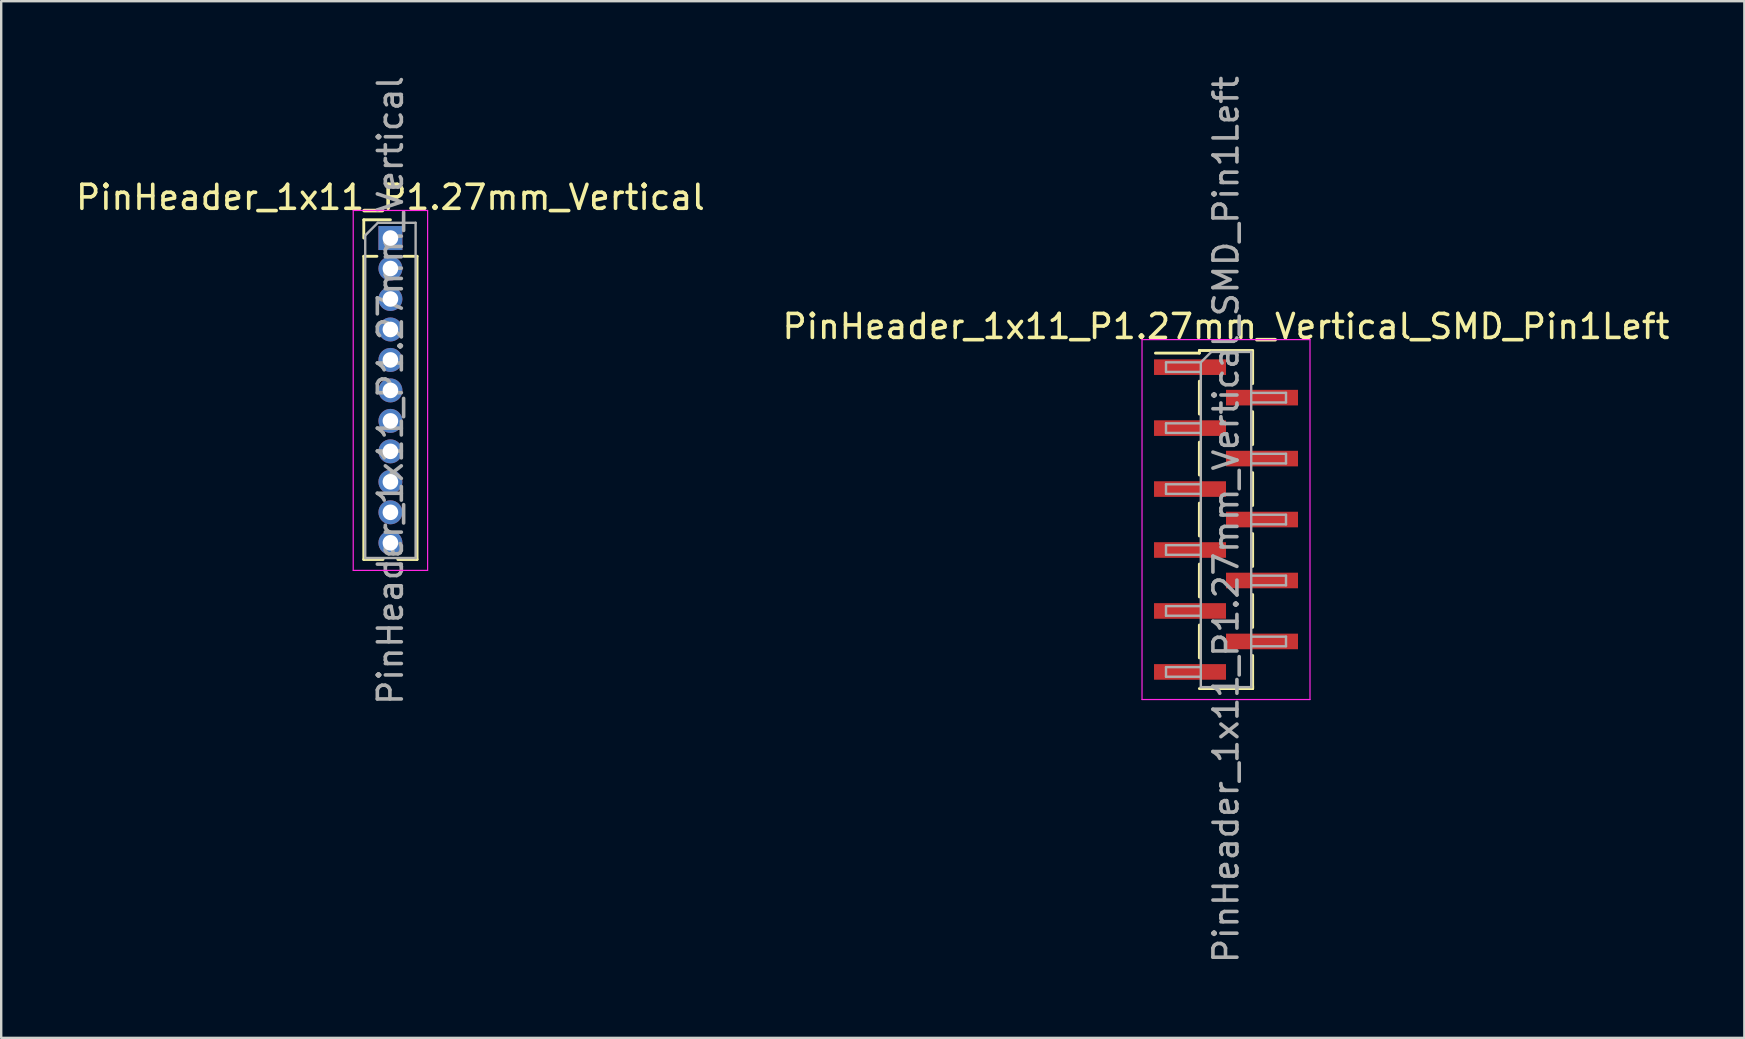
<source format=kicad_pcb>
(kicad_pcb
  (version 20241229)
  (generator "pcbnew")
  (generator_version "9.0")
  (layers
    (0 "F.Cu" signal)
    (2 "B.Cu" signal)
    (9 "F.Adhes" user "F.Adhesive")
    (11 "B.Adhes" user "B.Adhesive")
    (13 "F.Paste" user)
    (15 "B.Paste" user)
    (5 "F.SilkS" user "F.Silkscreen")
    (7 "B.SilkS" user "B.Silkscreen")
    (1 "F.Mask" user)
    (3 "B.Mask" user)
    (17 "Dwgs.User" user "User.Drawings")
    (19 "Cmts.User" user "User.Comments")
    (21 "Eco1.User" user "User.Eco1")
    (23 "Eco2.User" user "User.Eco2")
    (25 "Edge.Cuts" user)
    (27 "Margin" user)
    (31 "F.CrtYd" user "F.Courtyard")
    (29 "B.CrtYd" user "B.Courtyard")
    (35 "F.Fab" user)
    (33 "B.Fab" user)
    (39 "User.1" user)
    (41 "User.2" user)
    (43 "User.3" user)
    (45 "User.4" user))
  (footprint "PinHeader_1x11_P1.27mm_Vertical_SMD_Pin1Left"
    (layer "F.Cu")
    (at 48.042 18.601)
    (property "Reference" "PinHeader_1x11_P1.27mm_Vertical_SMD_Pin1Left" (at 0 -8.045 0) (layer "F.SilkS") (effects (font (size 1 1) (thickness 0.15))))
    (attr smd)
    (fp_line (start -1.11 -7.045) (end -1.11 -6.935) (stroke (width 0.12) (type solid)) (layer "F.SilkS"))
    (fp_line (start -1.11 -7.045) (end 1.11 -7.045) (stroke (width 0.12) (type solid)) (layer "F.SilkS"))
    (fp_line (start -1.11 -6.935) (end -2.94 -6.935) (stroke (width 0.12) (type solid)) (layer "F.SilkS"))
    (fp_line (start -1.11 -5.765) (end -1.11 -4.395) (stroke (width 0.12) (type solid)) (layer "F.SilkS"))
    (fp_line (start -1.11 -3.225) (end -1.11 -1.855) (stroke (width 0.12) (type solid)) (layer "F.SilkS"))
    (fp_line (start -1.11 -0.685) (end -1.11 0.685) (stroke (width 0.12) (type solid)) (layer "F.SilkS"))
    (fp_line (start -1.11 1.855) (end -1.11 3.225) (stroke (width 0.12) (type solid)) (layer "F.SilkS"))
    (fp_line (start -1.11 4.395) (end -1.11 5.765) (stroke (width 0.12) (type solid)) (layer "F.SilkS"))
    (fp_line (start -1.11 7.045) (end 1.11 7.045) (stroke (width 0.12) (type solid)) (layer "F.SilkS"))
    (fp_line (start 1.11 -7.035) (end 1.11 -5.665) (stroke (width 0.12) (type solid)) (layer "F.SilkS"))
    (fp_line (start 1.11 -4.495) (end 1.11 -3.125) (stroke (width 0.12) (type solid)) (layer "F.SilkS"))
    (fp_line (start 1.11 -1.955) (end 1.11 -0.585) (stroke (width 0.12) (type solid)) (layer "F.SilkS"))
    (fp_line (start 1.11 0.585) (end 1.11 1.955) (stroke (width 0.12) (type solid)) (layer "F.SilkS"))
    (fp_line (start 1.11 3.125) (end 1.11 4.495) (stroke (width 0.12) (type solid)) (layer "F.SilkS"))
    (fp_line (start 1.11 5.665) (end 1.11 7.035) (stroke (width 0.12) (type solid)) (layer "F.SilkS"))
    (fp_line (start 1.11 6.935) (end 1.11 7.045) (stroke (width 0.12) (type solid)) (layer "F.SilkS"))
    (fp_line (start -3.5 -7.5) (end -3.5 7.5) (stroke (width 0.05) (type solid)) (layer "F.CrtYd"))
    (fp_line (start -3.5 7.5) (end 3.5 7.5) (stroke (width 0.05) (type solid)) (layer "F.CrtYd"))
    (fp_line (start 3.5 -7.5) (end -3.5 -7.5) (stroke (width 0.05) (type solid)) (layer "F.CrtYd"))
    (fp_line (start 3.5 7.5) (end 3.5 -7.5) (stroke (width 0.05) (type solid)) (layer "F.CrtYd"))
    (fp_line (start -2.5 -6.55) (end -2.5 -6.15) (stroke (width 0.1) (type solid)) (layer "F.Fab"))
    (fp_line (start -2.5 -6.15) (end -1.05 -6.15) (stroke (width 0.1) (type solid)) (layer "F.Fab"))
    (fp_line (start -2.5 -4.01) (end -2.5 -3.61) (stroke (width 0.1) (type solid)) (layer "F.Fab"))
    (fp_line (start -2.5 -3.61) (end -1.05 -3.61) (stroke (width 0.1) (type solid)) (layer "F.Fab"))
    (fp_line (start -2.5 -1.47) (end -2.5 -1.07) (stroke (width 0.1) (type solid)) (layer "F.Fab"))
    (fp_line (start -2.5 -1.07) (end -1.05 -1.07) (stroke (width 0.1) (type solid)) (layer "F.Fab"))
    (fp_line (start -2.5 1.07) (end -2.5 1.47) (stroke (width 0.1) (type solid)) (layer "F.Fab"))
    (fp_line (start -2.5 1.47) (end -1.05 1.47) (stroke (width 0.1) (type solid)) (layer "F.Fab"))
    (fp_line (start -2.5 3.61) (end -2.5 4.01) (stroke (width 0.1) (type solid)) (layer "F.Fab"))
    (fp_line (start -2.5 4.01) (end -1.05 4.01) (stroke (width 0.1) (type solid)) (layer "F.Fab"))
    (fp_line (start -2.5 6.15) (end -2.5 6.55) (stroke (width 0.1) (type solid)) (layer "F.Fab"))
    (fp_line (start -2.5 6.55) (end -1.05 6.55) (stroke (width 0.1) (type solid)) (layer "F.Fab"))
    (fp_line (start -1.05 -6.55) (end -2.5 -6.55) (stroke (width 0.1) (type solid)) (layer "F.Fab"))
    (fp_line (start -1.05 -6.55) (end -0.615 -6.985) (stroke (width 0.1) (type solid)) (layer "F.Fab"))
    (fp_line (start -1.05 -4.01) (end -2.5 -4.01) (stroke (width 0.1) (type solid)) (layer "F.Fab"))
    (fp_line (start -1.05 -1.47) (end -2.5 -1.47) (stroke (width 0.1) (type solid)) (layer "F.Fab"))
    (fp_line (start -1.05 1.07) (end -2.5 1.07) (stroke (width 0.1) (type solid)) (layer "F.Fab"))
    (fp_line (start -1.05 3.61) (end -2.5 3.61) (stroke (width 0.1) (type solid)) (layer "F.Fab"))
    (fp_line (start -1.05 6.15) (end -2.5 6.15) (stroke (width 0.1) (type solid)) (layer "F.Fab"))
    (fp_line (start -1.05 6.985) (end -1.05 -6.55) (stroke (width 0.1) (type solid)) (layer "F.Fab"))
    (fp_line (start -0.615 -6.985) (end 1.05 -6.985) (stroke (width 0.1) (type solid)) (layer "F.Fab"))
    (fp_line (start 1.05 -6.985) (end 1.05 6.985) (stroke (width 0.1) (type solid)) (layer "F.Fab"))
    (fp_line (start 1.05 -5.28) (end 2.5 -5.28) (stroke (width 0.1) (type solid)) (layer "F.Fab"))
    (fp_line (start 1.05 -2.74) (end 2.5 -2.74) (stroke (width 0.1) (type solid)) (layer "F.Fab"))
    (fp_line (start 1.05 -0.2) (end 2.5 -0.2) (stroke (width 0.1) (type solid)) (layer "F.Fab"))
    (fp_line (start 1.05 2.34) (end 2.5 2.34) (stroke (width 0.1) (type solid)) (layer "F.Fab"))
    (fp_line (start 1.05 4.88) (end 2.5 4.88) (stroke (width 0.1) (type solid)) (layer "F.Fab"))
    (fp_line (start 1.05 6.985) (end -1.05 6.985) (stroke (width 0.1) (type solid)) (layer "F.Fab"))
    (fp_line (start 2.5 -5.28) (end 2.5 -4.88) (stroke (width 0.1) (type solid)) (layer "F.Fab"))
    (fp_line (start 2.5 -4.88) (end 1.05 -4.88) (stroke (width 0.1) (type solid)) (layer "F.Fab"))
    (fp_line (start 2.5 -2.74) (end 2.5 -2.34) (stroke (width 0.1) (type solid)) (layer "F.Fab"))
    (fp_line (start 2.5 -2.34) (end 1.05 -2.34) (stroke (width 0.1) (type solid)) (layer "F.Fab"))
    (fp_line (start 2.5 -0.2) (end 2.5 0.2) (stroke (width 0.1) (type solid)) (layer "F.Fab"))
    (fp_line (start 2.5 0.2) (end 1.05 0.2) (stroke (width 0.1) (type solid)) (layer "F.Fab"))
    (fp_line (start 2.5 2.34) (end 2.5 2.74) (stroke (width 0.1) (type solid)) (layer "F.Fab"))
    (fp_line (start 2.5 2.74) (end 1.05 2.74) (stroke (width 0.1) (type solid)) (layer "F.Fab"))
    (fp_line (start 2.5 4.88) (end 2.5 5.28) (stroke (width 0.1) (type solid)) (layer "F.Fab"))
    (fp_line (start 2.5 5.28) (end 1.05 5.28) (stroke (width 0.1) (type solid)) (layer "F.Fab"))
    (fp_text user "${REFERENCE}" (at 0 0 90) (layer "F.Fab") (effects (font (size 1 1) (thickness 0.15))))
    (pad "1" smd rect (at -1.5 -6.35) (size 3 0.65) (layers "F.Cu" "F.Mask" "F.Paste"))
    (pad "2" smd rect (at 1.5 -5.08) (size 3 0.65) (layers "F.Cu" "F.Mask" "F.Paste"))
    (pad "3" smd rect (at -1.5 -3.81) (size 3 0.65) (layers "F.Cu" "F.Mask" "F.Paste"))
    (pad "4" smd rect (at 1.5 -2.54) (size 3 0.65) (layers "F.Cu" "F.Mask" "F.Paste"))
    (pad "5" smd rect (at -1.5 -1.27) (size 3 0.65) (layers "F.Cu" "F.Mask" "F.Paste"))
    (pad "6" smd rect (at 1.5 0) (size 3 0.65) (layers "F.Cu" "F.Mask" "F.Paste"))
    (pad "7" smd rect (at -1.5 1.27) (size 3 0.65) (layers "F.Cu" "F.Mask" "F.Paste"))
    (pad "8" smd rect (at 1.5 2.54) (size 3 0.65) (layers "F.Cu" "F.Mask" "F.Paste"))
    (pad "9" smd rect (at -1.5 3.81) (size 3 0.65) (layers "F.Cu" "F.Mask" "F.Paste"))
    (pad "10" smd rect (at 1.5 5.08) (size 3 0.65) (layers "F.Cu" "F.Mask" "F.Paste"))
    (pad "11" smd rect (at -1.5 6.35) (size 3 0.65) (layers "F.Cu" "F.Mask" "F.Paste")))
  (footprint "PinHeader_1x11_P1.27mm_Vertical"
    (layer "F.Cu")
    (at 13.22 6.87)
    (property "Reference" "PinHeader_1x11_P1.27mm_Vertical" (at 0 -1.695 0) (layer "F.SilkS") (effects (font (size 1 1) (thickness 0.15))))
    (attr through_hole)
    (fp_line (start -1.11 -0.76) (end 0 -0.76) (stroke (width 0.12) (type solid)) (layer "F.SilkS"))
    (fp_line (start -1.11 0) (end -1.11 -0.76) (stroke (width 0.12) (type solid)) (layer "F.SilkS"))
    (fp_line (start -1.11 0.76) (end -1.11 13.395) (stroke (width 0.12) (type solid)) (layer "F.SilkS"))
    (fp_line (start -1.11 0.76) (end -0.563 0.76) (stroke (width 0.12) (type solid)) (layer "F.SilkS"))
    (fp_line (start -1.11 13.395) (end -0.308 13.395) (stroke (width 0.12) (type solid)) (layer "F.SilkS"))
    (fp_line (start 0.308 13.395) (end 1.11 13.395) (stroke (width 0.12) (type solid)) (layer "F.SilkS"))
    (fp_line (start 0.563 0.76) (end 1.11 0.76) (stroke (width 0.12) (type solid)) (layer "F.SilkS"))
    (fp_line (start 1.11 0.76) (end 1.11 13.395) (stroke (width 0.12) (type solid)) (layer "F.SilkS"))
    (fp_line (start -1.55 -1.15) (end -1.55 13.85) (stroke (width 0.05) (type solid)) (layer "F.CrtYd"))
    (fp_line (start -1.55 13.85) (end 1.55 13.85) (stroke (width 0.05) (type solid)) (layer "F.CrtYd"))
    (fp_line (start 1.55 -1.15) (end -1.55 -1.15) (stroke (width 0.05) (type solid)) (layer "F.CrtYd"))
    (fp_line (start 1.55 13.85) (end 1.55 -1.15) (stroke (width 0.05) (type solid)) (layer "F.CrtYd"))
    (fp_line (start -1.05 -0.11) (end -0.525 -0.635) (stroke (width 0.1) (type solid)) (layer "F.Fab"))
    (fp_line (start -1.05 13.335) (end -1.05 -0.11) (stroke (width 0.1) (type solid)) (layer "F.Fab"))
    (fp_line (start -0.525 -0.635) (end 1.05 -0.635) (stroke (width 0.1) (type solid)) (layer "F.Fab"))
    (fp_line (start 1.05 -0.635) (end 1.05 13.335) (stroke (width 0.1) (type solid)) (layer "F.Fab"))
    (fp_line (start 1.05 13.335) (end -1.05 13.335) (stroke (width 0.1) (type solid)) (layer "F.Fab"))
    (fp_text user "${REFERENCE}" (at 0 6.35 90) (layer "F.Fab") (effects (font (size 1 1) (thickness 0.15))))
    (pad "1" thru_hole rect (at 0 0) (size 1 1) (drill 0.65) (layers "*.Cu" "*.Mask"))
    (pad "2" thru_hole oval (at 0 1.27) (size 1 1) (drill 0.65) (layers "*.Cu" "*.Mask"))
    (pad "3" thru_hole oval (at 0 2.54) (size 1 1) (drill 0.65) (layers "*.Cu" "*.Mask"))
    (pad "4" thru_hole oval (at 0 3.81) (size 1 1) (drill 0.65) (layers "*.Cu" "*.Mask"))
    (pad "5" thru_hole oval (at 0 5.08) (size 1 1) (drill 0.65) (layers "*.Cu" "*.Mask"))
    (pad "6" thru_hole oval (at 0 6.35) (size 1 1) (drill 0.65) (layers "*.Cu" "*.Mask"))
    (pad "7" thru_hole oval (at 0 7.62) (size 1 1) (drill 0.65) (layers "*.Cu" "*.Mask"))
    (pad "8" thru_hole oval (at 0 8.89) (size 1 1) (drill 0.65) (layers "*.Cu" "*.Mask"))
    (pad "9" thru_hole oval (at 0 10.16) (size 1 1) (drill 0.65) (layers "*.Cu" "*.Mask"))
    (pad "10" thru_hole oval (at 0 11.43) (size 1 1) (drill 0.65) (layers "*.Cu" "*.Mask"))
    (pad "11" thru_hole oval (at 0 12.7) (size 1 1) (drill 0.65) (layers "*.Cu" "*.Mask")))
  (gr_rect
    (start -3 -3)
    (end 69.643 40.202)
    (stroke (width 0.1) (type default))
    (fill no)
    (layer "Edge.Cuts")))
</source>
